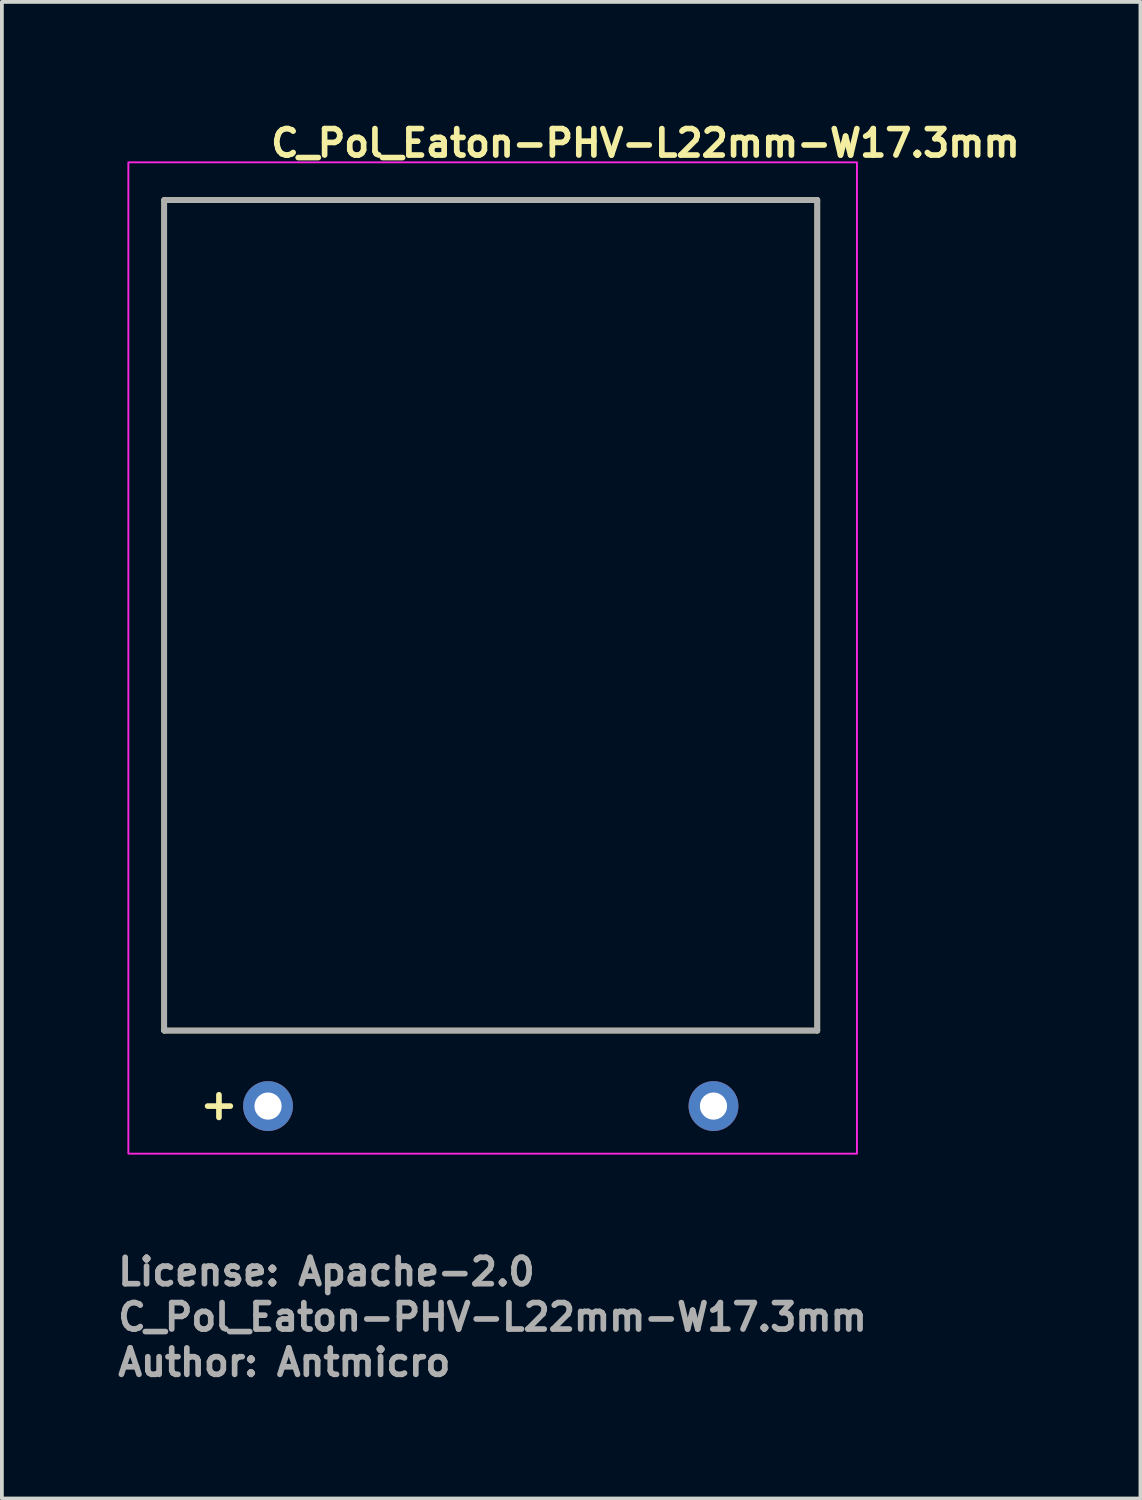
<source format=kicad_pcb>
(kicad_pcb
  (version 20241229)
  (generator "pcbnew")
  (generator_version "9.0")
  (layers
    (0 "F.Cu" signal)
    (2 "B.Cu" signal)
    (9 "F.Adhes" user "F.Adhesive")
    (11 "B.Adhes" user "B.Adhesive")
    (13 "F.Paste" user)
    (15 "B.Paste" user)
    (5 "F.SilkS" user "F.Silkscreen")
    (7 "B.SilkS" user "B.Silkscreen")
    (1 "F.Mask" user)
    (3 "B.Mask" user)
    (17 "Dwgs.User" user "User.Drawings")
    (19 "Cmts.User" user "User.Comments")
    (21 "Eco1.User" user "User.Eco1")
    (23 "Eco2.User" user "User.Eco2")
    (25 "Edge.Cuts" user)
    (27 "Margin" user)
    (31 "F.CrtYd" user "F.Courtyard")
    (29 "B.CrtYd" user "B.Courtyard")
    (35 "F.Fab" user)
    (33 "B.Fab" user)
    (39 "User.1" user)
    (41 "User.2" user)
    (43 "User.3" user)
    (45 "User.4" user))
  (footprint "C_Pol_Eaton-PHV-L22mm-W17.3mm"
    (layer "F.Cu")
    (at 4.05 26.25)
    (property "Reference" "C_Pol_Eaton-PHV-L22mm-W17.3mm" (at 0 -25.1 0) (layer "F.SilkS") (effects (font (size 0.7 0.7) (thickness 0.15)) (justify left bottom)))
    (attr through_hole)
    (fp_line (start -2.75 -24) (end -2.75 -2) (stroke (width 0.15) (type solid)) (layer "F.SilkS"))
    (fp_line (start -2.75 -2) (end 14.55 -2) (stroke (width 0.15) (type solid)) (layer "F.SilkS"))
    (fp_line (start -1.3 -0.3) (end -1.3 0.3) (stroke (width 0.15) (type solid)) (layer "F.SilkS"))
    (fp_line (start -1 0) (end -1.6 0) (stroke (width 0.15) (type solid)) (layer "F.SilkS"))
    (fp_line (start 14.55 -24) (end -2.75 -24) (stroke (width 0.15) (type solid)) (layer "F.SilkS"))
    (fp_line (start 14.55 -2) (end 14.55 -24) (stroke (width 0.15) (type solid)) (layer "F.SilkS"))
    (fp_rect (start -3.7 -25) (end 15.6 1.26) (stroke (width 0.05) (type solid)) (fill no) (layer "F.CrtYd"))
    (fp_line (start -2.75 -24) (end -2.75 -2) (stroke (width 0.15) (type solid)) (layer "F.Fab"))
    (fp_line (start -2.75 -2) (end 14.55 -2) (stroke (width 0.15) (type solid)) (layer "F.Fab"))
    (fp_line (start 14.55 -24) (end -2.75 -24) (stroke (width 0.15) (type solid)) (layer "F.Fab"))
    (fp_line (start 14.55 -2) (end 14.55 -24) (stroke (width 0.15) (type solid)) (layer "F.Fab"))
    (fp_rect (start -2.7 -24) (end 14.6 0.26) (stroke (width 0.1) (type solid)) (fill no) (layer "User.5"))
    (fp_line (start -2.7 -24) (end 14.6 -24) (stroke (width 0.02) (type solid)) (layer "User.9"))
    (fp_line (start -2.7 -2) (end -2.7 -24) (stroke (width 0.02) (type solid)) (layer "User.9"))
    (fp_line (start -2.7 -2) (end 14.6 -2) (stroke (width 0.02) (type solid)) (layer "User.9"))
    (fp_line (start -0.26 0) (end -0.26 0) (stroke (width 0.02) (type solid)) (layer "User.9"))
    (fp_line (start -0.26 0) (end -0.26 0) (stroke (width 0.02) (type solid)) (layer "User.9"))
    (fp_line (start -0.26 0) (end -0.259 0.013) (stroke (width 0.02) (type solid)) (layer "User.9"))
    (fp_line (start -0.26 0) (end -0.259 0.013) (stroke (width 0.02) (type solid)) (layer "User.9"))
    (fp_line (start -0.259 -0.013) (end -0.26 0) (stroke (width 0.02) (type solid)) (layer "User.9"))
    (fp_line (start -0.259 -0.013) (end -0.26 0) (stroke (width 0.02) (type solid)) (layer "User.9"))
    (fp_line (start -0.259 0.013) (end -0.258 0.026) (stroke (width 0.02) (type solid)) (layer "User.9"))
    (fp_line (start -0.259 0.013) (end -0.258 0.026) (stroke (width 0.02) (type solid)) (layer "User.9"))
    (fp_line (start -0.258 -0.026) (end -0.259 -0.013) (stroke (width 0.02) (type solid)) (layer "User.9"))
    (fp_line (start -0.258 -0.026) (end -0.259 -0.013) (stroke (width 0.02) (type solid)) (layer "User.9"))
    (fp_line (start -0.258 0.026) (end -0.257 0.039) (stroke (width 0.02) (type solid)) (layer "User.9"))
    (fp_line (start -0.258 0.026) (end -0.257 0.039) (stroke (width 0.02) (type solid)) (layer "User.9"))
    (fp_line (start -0.257 -0.039) (end -0.258 -0.026) (stroke (width 0.02) (type solid)) (layer "User.9"))
    (fp_line (start -0.257 -0.039) (end -0.258 -0.026) (stroke (width 0.02) (type solid)) (layer "User.9"))
    (fp_line (start -0.257 0.039) (end -0.254 0.052) (stroke (width 0.02) (type solid)) (layer "User.9"))
    (fp_line (start -0.257 0.039) (end -0.254 0.052) (stroke (width 0.02) (type solid)) (layer "User.9"))
    (fp_line (start -0.254 -0.052) (end -0.257 -0.039) (stroke (width 0.02) (type solid)) (layer "User.9"))
    (fp_line (start -0.254 -0.052) (end -0.257 -0.039) (stroke (width 0.02) (type solid)) (layer "User.9"))
    (fp_line (start -0.254 0.052) (end -0.251 0.064) (stroke (width 0.02) (type solid)) (layer "User.9"))
    (fp_line (start -0.254 0.052) (end -0.251 0.064) (stroke (width 0.02) (type solid)) (layer "User.9"))
    (fp_line (start -0.251 -0.064) (end -0.254 -0.052) (stroke (width 0.02) (type solid)) (layer "User.9"))
    (fp_line (start -0.251 -0.064) (end -0.254 -0.052) (stroke (width 0.02) (type solid)) (layer "User.9"))
    (fp_line (start -0.251 0.064) (end -0.248 0.077) (stroke (width 0.02) (type solid)) (layer "User.9"))
    (fp_line (start -0.251 0.064) (end -0.248 0.077) (stroke (width 0.02) (type solid)) (layer "User.9"))
    (fp_line (start -0.248 -0.077) (end -0.251 -0.064) (stroke (width 0.02) (type solid)) (layer "User.9"))
    (fp_line (start -0.248 -0.077) (end -0.251 -0.064) (stroke (width 0.02) (type solid)) (layer "User.9"))
    (fp_line (start -0.248 0.077) (end -0.244 0.089) (stroke (width 0.02) (type solid)) (layer "User.9"))
    (fp_line (start -0.248 0.077) (end -0.244 0.089) (stroke (width 0.02) (type solid)) (layer "User.9"))
    (fp_line (start -0.244 -0.089) (end -0.248 -0.077) (stroke (width 0.02) (type solid)) (layer "User.9"))
    (fp_line (start -0.244 -0.089) (end -0.248 -0.077) (stroke (width 0.02) (type solid)) (layer "User.9"))
    (fp_line (start -0.244 0.089) (end -0.238 0.101) (stroke (width 0.02) (type solid)) (layer "User.9"))
    (fp_line (start -0.244 0.089) (end -0.238 0.101) (stroke (width 0.02) (type solid)) (layer "User.9"))
    (fp_line (start -0.238 -0.101) (end -0.244 -0.089) (stroke (width 0.02) (type solid)) (layer "User.9"))
    (fp_line (start -0.238 -0.101) (end -0.244 -0.089) (stroke (width 0.02) (type solid)) (layer "User.9"))
    (fp_line (start -0.238 0.101) (end -0.234 0.112) (stroke (width 0.02) (type solid)) (layer "User.9"))
    (fp_line (start -0.238 0.101) (end -0.234 0.112) (stroke (width 0.02) (type solid)) (layer "User.9"))
    (fp_line (start -0.234 -0.112) (end -0.238 -0.101) (stroke (width 0.02) (type solid)) (layer "User.9"))
    (fp_line (start -0.234 -0.112) (end -0.238 -0.101) (stroke (width 0.02) (type solid)) (layer "User.9"))
    (fp_line (start -0.234 0.112) (end -0.228 0.123) (stroke (width 0.02) (type solid)) (layer "User.9"))
    (fp_line (start -0.234 0.112) (end -0.228 0.123) (stroke (width 0.02) (type solid)) (layer "User.9"))
    (fp_line (start -0.228 -0.123) (end -0.234 -0.112) (stroke (width 0.02) (type solid)) (layer "User.9"))
    (fp_line (start -0.228 -0.123) (end -0.234 -0.112) (stroke (width 0.02) (type solid)) (layer "User.9"))
    (fp_line (start -0.228 0.123) (end -0.222 0.134) (stroke (width 0.02) (type solid)) (layer "User.9"))
    (fp_line (start -0.228 0.123) (end -0.222 0.134) (stroke (width 0.02) (type solid)) (layer "User.9"))
    (fp_line (start -0.222 -0.134) (end -0.228 -0.123) (stroke (width 0.02) (type solid)) (layer "User.9"))
    (fp_line (start -0.222 -0.134) (end -0.228 -0.123) (stroke (width 0.02) (type solid)) (layer "User.9"))
    (fp_line (start -0.222 0.134) (end -0.215 0.145) (stroke (width 0.02) (type solid)) (layer "User.9"))
    (fp_line (start -0.222 0.134) (end -0.215 0.145) (stroke (width 0.02) (type solid)) (layer "User.9"))
    (fp_line (start -0.215 -0.145) (end -0.222 -0.134) (stroke (width 0.02) (type solid)) (layer "User.9"))
    (fp_line (start -0.215 -0.145) (end -0.222 -0.134) (stroke (width 0.02) (type solid)) (layer "User.9"))
    (fp_line (start -0.215 0.145) (end -0.208 0.155) (stroke (width 0.02) (type solid)) (layer "User.9"))
    (fp_line (start -0.215 0.145) (end -0.208 0.155) (stroke (width 0.02) (type solid)) (layer "User.9"))
    (fp_line (start -0.208 -0.155) (end -0.215 -0.145) (stroke (width 0.02) (type solid)) (layer "User.9"))
    (fp_line (start -0.208 -0.155) (end -0.215 -0.145) (stroke (width 0.02) (type solid)) (layer "User.9"))
    (fp_line (start -0.208 0.155) (end -0.2 0.165) (stroke (width 0.02) (type solid)) (layer "User.9"))
    (fp_line (start -0.208 0.155) (end -0.2 0.165) (stroke (width 0.02) (type solid)) (layer "User.9"))
    (fp_line (start -0.2 -0.165) (end -0.208 -0.155) (stroke (width 0.02) (type solid)) (layer "User.9"))
    (fp_line (start -0.2 -0.165) (end -0.208 -0.155) (stroke (width 0.02) (type solid)) (layer "User.9"))
    (fp_line (start -0.2 0.165) (end -0.192 0.173) (stroke (width 0.02) (type solid)) (layer "User.9"))
    (fp_line (start -0.2 0.165) (end -0.192 0.173) (stroke (width 0.02) (type solid)) (layer "User.9"))
    (fp_line (start -0.192 -0.173) (end -0.2 -0.165) (stroke (width 0.02) (type solid)) (layer "User.9"))
    (fp_line (start -0.192 -0.173) (end -0.2 -0.165) (stroke (width 0.02) (type solid)) (layer "User.9"))
    (fp_line (start -0.192 0.173) (end -0.183 0.183) (stroke (width 0.02) (type solid)) (layer "User.9"))
    (fp_line (start -0.192 0.173) (end -0.183 0.183) (stroke (width 0.02) (type solid)) (layer "User.9"))
    (fp_line (start -0.183 -0.183) (end -0.192 -0.173) (stroke (width 0.02) (type solid)) (layer "User.9"))
    (fp_line (start -0.183 -0.183) (end -0.192 -0.173) (stroke (width 0.02) (type solid)) (layer "User.9"))
    (fp_line (start -0.183 0.183) (end -0.173 0.192) (stroke (width 0.02) (type solid)) (layer "User.9"))
    (fp_line (start -0.183 0.183) (end -0.173 0.192) (stroke (width 0.02) (type solid)) (layer "User.9"))
    (fp_line (start -0.173 -0.192) (end -0.183 -0.183) (stroke (width 0.02) (type solid)) (layer "User.9"))
    (fp_line (start -0.173 -0.192) (end -0.183 -0.183) (stroke (width 0.02) (type solid)) (layer "User.9"))
    (fp_line (start -0.173 0.192) (end -0.165 0.2) (stroke (width 0.02) (type solid)) (layer "User.9"))
    (fp_line (start -0.173 0.192) (end -0.165 0.2) (stroke (width 0.02) (type solid)) (layer "User.9"))
    (fp_line (start -0.165 -0.2) (end -0.173 -0.192) (stroke (width 0.02) (type solid)) (layer "User.9"))
    (fp_line (start -0.165 -0.2) (end -0.173 -0.192) (stroke (width 0.02) (type solid)) (layer "User.9"))
    (fp_line (start -0.165 0.2) (end -0.155 0.208) (stroke (width 0.02) (type solid)) (layer "User.9"))
    (fp_line (start -0.165 0.2) (end -0.155 0.208) (stroke (width 0.02) (type solid)) (layer "User.9"))
    (fp_line (start -0.155 -0.208) (end -0.165 -0.2) (stroke (width 0.02) (type solid)) (layer "User.9"))
    (fp_line (start -0.155 -0.208) (end -0.165 -0.2) (stroke (width 0.02) (type solid)) (layer "User.9"))
    (fp_line (start -0.155 0.208) (end -0.145 0.215) (stroke (width 0.02) (type solid)) (layer "User.9"))
    (fp_line (start -0.155 0.208) (end -0.145 0.215) (stroke (width 0.02) (type solid)) (layer "User.9"))
    (fp_line (start -0.145 -0.215) (end -0.155 -0.208) (stroke (width 0.02) (type solid)) (layer "User.9"))
    (fp_line (start -0.145 -0.215) (end -0.155 -0.208) (stroke (width 0.02) (type solid)) (layer "User.9"))
    (fp_line (start -0.145 0.215) (end -0.134 0.222) (stroke (width 0.02) (type solid)) (layer "User.9"))
    (fp_line (start -0.145 0.215) (end -0.134 0.222) (stroke (width 0.02) (type solid)) (layer "User.9"))
    (fp_line (start -0.134 -0.222) (end -0.145 -0.215) (stroke (width 0.02) (type solid)) (layer "User.9"))
    (fp_line (start -0.134 -0.222) (end -0.145 -0.215) (stroke (width 0.02) (type solid)) (layer "User.9"))
    (fp_line (start -0.134 0.222) (end -0.123 0.228) (stroke (width 0.02) (type solid)) (layer "User.9"))
    (fp_line (start -0.134 0.222) (end -0.123 0.228) (stroke (width 0.02) (type solid)) (layer "User.9"))
    (fp_line (start -0.123 -0.228) (end -0.134 -0.222) (stroke (width 0.02) (type solid)) (layer "User.9"))
    (fp_line (start -0.123 -0.228) (end -0.134 -0.222) (stroke (width 0.02) (type solid)) (layer "User.9"))
    (fp_line (start -0.123 0.228) (end -0.112 0.234) (stroke (width 0.02) (type solid)) (layer "User.9"))
    (fp_line (start -0.123 0.228) (end -0.112 0.234) (stroke (width 0.02) (type solid)) (layer "User.9"))
    (fp_line (start -0.112 -0.234) (end -0.123 -0.228) (stroke (width 0.02) (type solid)) (layer "User.9"))
    (fp_line (start -0.112 -0.234) (end -0.123 -0.228) (stroke (width 0.02) (type solid)) (layer "User.9"))
    (fp_line (start -0.112 0.234) (end -0.101 0.238) (stroke (width 0.02) (type solid)) (layer "User.9"))
    (fp_line (start -0.112 0.234) (end -0.101 0.238) (stroke (width 0.02) (type solid)) (layer "User.9"))
    (fp_line (start -0.101 -0.238) (end -0.112 -0.234) (stroke (width 0.02) (type solid)) (layer "User.9"))
    (fp_line (start -0.101 -0.238) (end -0.112 -0.234) (stroke (width 0.02) (type solid)) (layer "User.9"))
    (fp_line (start -0.101 0.238) (end -0.089 0.244) (stroke (width 0.02) (type solid)) (layer "User.9"))
    (fp_line (start -0.101 0.238) (end -0.089 0.244) (stroke (width 0.02) (type solid)) (layer "User.9"))
    (fp_line (start -0.089 -0.244) (end -0.101 -0.238) (stroke (width 0.02) (type solid)) (layer "User.9"))
    (fp_line (start -0.089 -0.244) (end -0.101 -0.238) (stroke (width 0.02) (type solid)) (layer "User.9"))
    (fp_line (start -0.089 0.244) (end -0.077 0.248) (stroke (width 0.02) (type solid)) (layer "User.9"))
    (fp_line (start -0.089 0.244) (end -0.077 0.248) (stroke (width 0.02) (type solid)) (layer "User.9"))
    (fp_line (start -0.077 -0.248) (end -0.089 -0.244) (stroke (width 0.02) (type solid)) (layer "User.9"))
    (fp_line (start -0.077 -0.248) (end -0.089 -0.244) (stroke (width 0.02) (type solid)) (layer "User.9"))
    (fp_line (start -0.077 0.248) (end -0.064 0.251) (stroke (width 0.02) (type solid)) (layer "User.9"))
    (fp_line (start -0.077 0.248) (end -0.064 0.251) (stroke (width 0.02) (type solid)) (layer "User.9"))
    (fp_line (start -0.064 -0.251) (end -0.077 -0.248) (stroke (width 0.02) (type solid)) (layer "User.9"))
    (fp_line (start -0.064 -0.251) (end -0.077 -0.248) (stroke (width 0.02) (type solid)) (layer "User.9"))
    (fp_line (start -0.064 0.251) (end -0.052 0.254) (stroke (width 0.02) (type solid)) (layer "User.9"))
    (fp_line (start -0.064 0.251) (end -0.052 0.254) (stroke (width 0.02) (type solid)) (layer "User.9"))
    (fp_line (start -0.052 -0.254) (end -0.064 -0.251) (stroke (width 0.02) (type solid)) (layer "User.9"))
    (fp_line (start -0.052 -0.254) (end -0.064 -0.251) (stroke (width 0.02) (type solid)) (layer "User.9"))
    (fp_line (start -0.052 0.254) (end -0.039 0.257) (stroke (width 0.02) (type solid)) (layer "User.9"))
    (fp_line (start -0.052 0.254) (end -0.039 0.257) (stroke (width 0.02) (type solid)) (layer "User.9"))
    (fp_line (start -0.039 -0.257) (end -0.052 -0.254) (stroke (width 0.02) (type solid)) (layer "User.9"))
    (fp_line (start -0.039 -0.257) (end -0.052 -0.254) (stroke (width 0.02) (type solid)) (layer "User.9"))
    (fp_line (start -0.039 0.257) (end -0.026 0.258) (stroke (width 0.02) (type solid)) (layer "User.9"))
    (fp_line (start -0.039 0.257) (end -0.026 0.258) (stroke (width 0.02) (type solid)) (layer "User.9"))
    (fp_line (start -0.026 -0.258) (end -0.039 -0.257) (stroke (width 0.02) (type solid)) (layer "User.9"))
    (fp_line (start -0.026 -0.258) (end -0.039 -0.257) (stroke (width 0.02) (type solid)) (layer "User.9"))
    (fp_line (start -0.026 0.258) (end -0.013 0.259) (stroke (width 0.02) (type solid)) (layer "User.9"))
    (fp_line (start -0.026 0.258) (end -0.013 0.259) (stroke (width 0.02) (type solid)) (layer "User.9"))
    (fp_line (start -0.013 -0.259) (end -0.026 -0.258) (stroke (width 0.02) (type solid)) (layer "User.9"))
    (fp_line (start -0.013 -0.259) (end -0.026 -0.258) (stroke (width 0.02) (type solid)) (layer "User.9"))
    (fp_line (start -0.013 0.259) (end 0 0.26) (stroke (width 0.02) (type solid)) (layer "User.9"))
    (fp_line (start -0.013 0.259) (end 0 0.26) (stroke (width 0.02) (type solid)) (layer "User.9"))
    (fp_line (start 0 -0.26) (end -0.013 -0.259) (stroke (width 0.02) (type solid)) (layer "User.9"))
    (fp_line (start 0 -0.26) (end -0.013 -0.259) (stroke (width 0.02) (type solid)) (layer "User.9"))
    (fp_line (start 0 -0.26) (end 0 -0.26) (stroke (width 0.02) (type solid)) (layer "User.9"))
    (fp_line (start 0 -0.26) (end 0 -0.26) (stroke (width 0.02) (type solid)) (layer "User.9"))
    (fp_line (start 0 0.26) (end 0 0.26) (stroke (width 0.02) (type solid)) (layer "User.9"))
    (fp_line (start 0 0.26) (end 0 0.26) (stroke (width 0.02) (type solid)) (layer "User.9"))
    (fp_line (start 0 0.26) (end 0.013 0.259) (stroke (width 0.02) (type solid)) (layer "User.9"))
    (fp_line (start 0 0.26) (end 0.013 0.259) (stroke (width 0.02) (type solid)) (layer "User.9"))
    (fp_line (start 0.013 -0.259) (end 0 -0.26) (stroke (width 0.02) (type solid)) (layer "User.9"))
    (fp_line (start 0.013 -0.259) (end 0 -0.26) (stroke (width 0.02) (type solid)) (layer "User.9"))
    (fp_line (start 0.013 0.259) (end 0.026 0.258) (stroke (width 0.02) (type solid)) (layer "User.9"))
    (fp_line (start 0.013 0.259) (end 0.026 0.258) (stroke (width 0.02) (type solid)) (layer "User.9"))
    (fp_line (start 0.026 -0.258) (end 0.013 -0.259) (stroke (width 0.02) (type solid)) (layer "User.9"))
    (fp_line (start 0.026 -0.258) (end 0.013 -0.259) (stroke (width 0.02) (type solid)) (layer "User.9"))
    (fp_line (start 0.026 0.258) (end 0.039 0.257) (stroke (width 0.02) (type solid)) (layer "User.9"))
    (fp_line (start 0.026 0.258) (end 0.039 0.257) (stroke (width 0.02) (type solid)) (layer "User.9"))
    (fp_line (start 0.039 -0.257) (end 0.026 -0.258) (stroke (width 0.02) (type solid)) (layer "User.9"))
    (fp_line (start 0.039 -0.257) (end 0.026 -0.258) (stroke (width 0.02) (type solid)) (layer "User.9"))
    (fp_line (start 0.039 0.257) (end 0.052 0.254) (stroke (width 0.02) (type solid)) (layer "User.9"))
    (fp_line (start 0.039 0.257) (end 0.052 0.254) (stroke (width 0.02) (type solid)) (layer "User.9"))
    (fp_line (start 0.052 -0.254) (end 0.039 -0.257) (stroke (width 0.02) (type solid)) (layer "User.9"))
    (fp_line (start 0.052 -0.254) (end 0.039 -0.257) (stroke (width 0.02) (type solid)) (layer "User.9"))
    (fp_line (start 0.052 0.254) (end 0.064 0.251) (stroke (width 0.02) (type solid)) (layer "User.9"))
    (fp_line (start 0.052 0.254) (end 0.064 0.251) (stroke (width 0.02) (type solid)) (layer "User.9"))
    (fp_line (start 0.064 -0.251) (end 0.052 -0.254) (stroke (width 0.02) (type solid)) (layer "User.9"))
    (fp_line (start 0.064 -0.251) (end 0.052 -0.254) (stroke (width 0.02) (type solid)) (layer "User.9"))
    (fp_line (start 0.064 0.251) (end 0.077 0.248) (stroke (width 0.02) (type solid)) (layer "User.9"))
    (fp_line (start 0.064 0.251) (end 0.077 0.248) (stroke (width 0.02) (type solid)) (layer "User.9"))
    (fp_line (start 0.077 -0.248) (end 0.064 -0.251) (stroke (width 0.02) (type solid)) (layer "User.9"))
    (fp_line (start 0.077 -0.248) (end 0.064 -0.251) (stroke (width 0.02) (type solid)) (layer "User.9"))
    (fp_line (start 0.077 0.248) (end 0.089 0.244) (stroke (width 0.02) (type solid)) (layer "User.9"))
    (fp_line (start 0.077 0.248) (end 0.089 0.244) (stroke (width 0.02) (type solid)) (layer "User.9"))
    (fp_line (start 0.089 -0.244) (end 0.077 -0.248) (stroke (width 0.02) (type solid)) (layer "User.9"))
    (fp_line (start 0.089 -0.244) (end 0.077 -0.248) (stroke (width 0.02) (type solid)) (layer "User.9"))
    (fp_line (start 0.089 0.244) (end 0.101 0.238) (stroke (width 0.02) (type solid)) (layer "User.9"))
    (fp_line (start 0.089 0.244) (end 0.101 0.238) (stroke (width 0.02) (type solid)) (layer "User.9"))
    (fp_line (start 0.101 -0.238) (end 0.089 -0.244) (stroke (width 0.02) (type solid)) (layer "User.9"))
    (fp_line (start 0.101 -0.238) (end 0.089 -0.244) (stroke (width 0.02) (type solid)) (layer "User.9"))
    (fp_line (start 0.101 0.238) (end 0.112 0.234) (stroke (width 0.02) (type solid)) (layer "User.9"))
    (fp_line (start 0.101 0.238) (end 0.112 0.234) (stroke (width 0.02) (type solid)) (layer "User.9"))
    (fp_line (start 0.112 -0.234) (end 0.101 -0.238) (stroke (width 0.02) (type solid)) (layer "User.9"))
    (fp_line (start 0.112 -0.234) (end 0.101 -0.238) (stroke (width 0.02) (type solid)) (layer "User.9"))
    (fp_line (start 0.112 0.234) (end 0.123 0.228) (stroke (width 0.02) (type solid)) (layer "User.9"))
    (fp_line (start 0.112 0.234) (end 0.123 0.228) (stroke (width 0.02) (type solid)) (layer "User.9"))
    (fp_line (start 0.123 -0.228) (end 0.112 -0.234) (stroke (width 0.02) (type solid)) (layer "User.9"))
    (fp_line (start 0.123 -0.228) (end 0.112 -0.234) (stroke (width 0.02) (type solid)) (layer "User.9"))
    (fp_line (start 0.123 0.228) (end 0.134 0.222) (stroke (width 0.02) (type solid)) (layer "User.9"))
    (fp_line (start 0.123 0.228) (end 0.134 0.222) (stroke (width 0.02) (type solid)) (layer "User.9"))
    (fp_line (start 0.134 -0.222) (end 0.123 -0.228) (stroke (width 0.02) (type solid)) (layer "User.9"))
    (fp_line (start 0.134 -0.222) (end 0.123 -0.228) (stroke (width 0.02) (type solid)) (layer "User.9"))
    (fp_line (start 0.134 0.222) (end 0.145 0.215) (stroke (width 0.02) (type solid)) (layer "User.9"))
    (fp_line (start 0.134 0.222) (end 0.145 0.215) (stroke (width 0.02) (type solid)) (layer "User.9"))
    (fp_line (start 0.145 -0.215) (end 0.134 -0.222) (stroke (width 0.02) (type solid)) (layer "User.9"))
    (fp_line (start 0.145 -0.215) (end 0.134 -0.222) (stroke (width 0.02) (type solid)) (layer "User.9"))
    (fp_line (start 0.145 0.215) (end 0.155 0.208) (stroke (width 0.02) (type solid)) (layer "User.9"))
    (fp_line (start 0.145 0.215) (end 0.155 0.208) (stroke (width 0.02) (type solid)) (layer "User.9"))
    (fp_line (start 0.155 -0.208) (end 0.145 -0.215) (stroke (width 0.02) (type solid)) (layer "User.9"))
    (fp_line (start 0.155 -0.208) (end 0.145 -0.215) (stroke (width 0.02) (type solid)) (layer "User.9"))
    (fp_line (start 0.155 0.208) (end 0.165 0.2) (stroke (width 0.02) (type solid)) (layer "User.9"))
    (fp_line (start 0.155 0.208) (end 0.165 0.2) (stroke (width 0.02) (type solid)) (layer "User.9"))
    (fp_line (start 0.165 -0.2) (end 0.155 -0.208) (stroke (width 0.02) (type solid)) (layer "User.9"))
    (fp_line (start 0.165 -0.2) (end 0.155 -0.208) (stroke (width 0.02) (type solid)) (layer "User.9"))
    (fp_line (start 0.165 0.2) (end 0.173 0.192) (stroke (width 0.02) (type solid)) (layer "User.9"))
    (fp_line (start 0.165 0.2) (end 0.173 0.192) (stroke (width 0.02) (type solid)) (layer "User.9"))
    (fp_line (start 0.173 -0.192) (end 0.165 -0.2) (stroke (width 0.02) (type solid)) (layer "User.9"))
    (fp_line (start 0.173 -0.192) (end 0.165 -0.2) (stroke (width 0.02) (type solid)) (layer "User.9"))
    (fp_line (start 0.173 0.192) (end 0.183 0.183) (stroke (width 0.02) (type solid)) (layer "User.9"))
    (fp_line (start 0.173 0.192) (end 0.183 0.183) (stroke (width 0.02) (type solid)) (layer "User.9"))
    (fp_line (start 0.183 -0.183) (end 0.173 -0.192) (stroke (width 0.02) (type solid)) (layer "User.9"))
    (fp_line (start 0.183 -0.183) (end 0.173 -0.192) (stroke (width 0.02) (type solid)) (layer "User.9"))
    (fp_line (start 0.183 0.183) (end 0.192 0.173) (stroke (width 0.02) (type solid)) (layer "User.9"))
    (fp_line (start 0.183 0.183) (end 0.192 0.173) (stroke (width 0.02) (type solid)) (layer "User.9"))
    (fp_line (start 0.192 -0.173) (end 0.183 -0.183) (stroke (width 0.02) (type solid)) (layer "User.9"))
    (fp_line (start 0.192 -0.173) (end 0.183 -0.183) (stroke (width 0.02) (type solid)) (layer "User.9"))
    (fp_line (start 0.192 0.173) (end 0.2 0.165) (stroke (width 0.02) (type solid)) (layer "User.9"))
    (fp_line (start 0.192 0.173) (end 0.2 0.165) (stroke (width 0.02) (type solid)) (layer "User.9"))
    (fp_line (start 0.2 -0.165) (end 0.192 -0.173) (stroke (width 0.02) (type solid)) (layer "User.9"))
    (fp_line (start 0.2 -0.165) (end 0.192 -0.173) (stroke (width 0.02) (type solid)) (layer "User.9"))
    (fp_line (start 0.2 0.165) (end 0.208 0.155) (stroke (width 0.02) (type solid)) (layer "User.9"))
    (fp_line (start 0.2 0.165) (end 0.208 0.155) (stroke (width 0.02) (type solid)) (layer "User.9"))
    (fp_line (start 0.208 -0.155) (end 0.2 -0.165) (stroke (width 0.02) (type solid)) (layer "User.9"))
    (fp_line (start 0.208 -0.155) (end 0.2 -0.165) (stroke (width 0.02) (type solid)) (layer "User.9"))
    (fp_line (start 0.208 0.155) (end 0.215 0.145) (stroke (width 0.02) (type solid)) (layer "User.9"))
    (fp_line (start 0.208 0.155) (end 0.215 0.145) (stroke (width 0.02) (type solid)) (layer "User.9"))
    (fp_line (start 0.215 -0.145) (end 0.208 -0.155) (stroke (width 0.02) (type solid)) (layer "User.9"))
    (fp_line (start 0.215 -0.145) (end 0.208 -0.155) (stroke (width 0.02) (type solid)) (layer "User.9"))
    (fp_line (start 0.215 0.145) (end 0.222 0.134) (stroke (width 0.02) (type solid)) (layer "User.9"))
    (fp_line (start 0.215 0.145) (end 0.222 0.134) (stroke (width 0.02) (type solid)) (layer "User.9"))
    (fp_line (start 0.222 -0.134) (end 0.215 -0.145) (stroke (width 0.02) (type solid)) (layer "User.9"))
    (fp_line (start 0.222 -0.134) (end 0.215 -0.145) (stroke (width 0.02) (type solid)) (layer "User.9"))
    (fp_line (start 0.222 0.134) (end 0.228 0.123) (stroke (width 0.02) (type solid)) (layer "User.9"))
    (fp_line (start 0.222 0.134) (end 0.228 0.123) (stroke (width 0.02) (type solid)) (layer "User.9"))
    (fp_line (start 0.228 -0.123) (end 0.222 -0.134) (stroke (width 0.02) (type solid)) (layer "User.9"))
    (fp_line (start 0.228 -0.123) (end 0.222 -0.134) (stroke (width 0.02) (type solid)) (layer "User.9"))
    (fp_line (start 0.228 0.123) (end 0.234 0.112) (stroke (width 0.02) (type solid)) (layer "User.9"))
    (fp_line (start 0.228 0.123) (end 0.234 0.112) (stroke (width 0.02) (type solid)) (layer "User.9"))
    (fp_line (start 0.234 -0.112) (end 0.228 -0.123) (stroke (width 0.02) (type solid)) (layer "User.9"))
    (fp_line (start 0.234 -0.112) (end 0.228 -0.123) (stroke (width 0.02) (type solid)) (layer "User.9"))
    (fp_line (start 0.234 0.112) (end 0.238 0.101) (stroke (width 0.02) (type solid)) (layer "User.9"))
    (fp_line (start 0.234 0.112) (end 0.238 0.101) (stroke (width 0.02) (type solid)) (layer "User.9"))
    (fp_line (start 0.238 -0.101) (end 0.234 -0.112) (stroke (width 0.02) (type solid)) (layer "User.9"))
    (fp_line (start 0.238 -0.101) (end 0.234 -0.112) (stroke (width 0.02) (type solid)) (layer "User.9"))
    (fp_line (start 0.238 0.101) (end 0.244 0.089) (stroke (width 0.02) (type solid)) (layer "User.9"))
    (fp_line (start 0.238 0.101) (end 0.244 0.089) (stroke (width 0.02) (type solid)) (layer "User.9"))
    (fp_line (start 0.244 -0.089) (end 0.238 -0.101) (stroke (width 0.02) (type solid)) (layer "User.9"))
    (fp_line (start 0.244 -0.089) (end 0.238 -0.101) (stroke (width 0.02) (type solid)) (layer "User.9"))
    (fp_line (start 0.244 0.089) (end 0.248 0.077) (stroke (width 0.02) (type solid)) (layer "User.9"))
    (fp_line (start 0.244 0.089) (end 0.248 0.077) (stroke (width 0.02) (type solid)) (layer "User.9"))
    (fp_line (start 0.248 -0.077) (end 0.244 -0.089) (stroke (width 0.02) (type solid)) (layer "User.9"))
    (fp_line (start 0.248 -0.077) (end 0.244 -0.089) (stroke (width 0.02) (type solid)) (layer "User.9"))
    (fp_line (start 0.248 0.077) (end 0.251 0.064) (stroke (width 0.02) (type solid)) (layer "User.9"))
    (fp_line (start 0.248 0.077) (end 0.251 0.064) (stroke (width 0.02) (type solid)) (layer "User.9"))
    (fp_line (start 0.251 -0.064) (end 0.248 -0.077) (stroke (width 0.02) (type solid)) (layer "User.9"))
    (fp_line (start 0.251 -0.064) (end 0.248 -0.077) (stroke (width 0.02) (type solid)) (layer "User.9"))
    (fp_line (start 0.251 0.064) (end 0.254 0.052) (stroke (width 0.02) (type solid)) (layer "User.9"))
    (fp_line (start 0.251 0.064) (end 0.254 0.052) (stroke (width 0.02) (type solid)) (layer "User.9"))
    (fp_line (start 0.254 -0.052) (end 0.251 -0.064) (stroke (width 0.02) (type solid)) (layer "User.9"))
    (fp_line (start 0.254 -0.052) (end 0.251 -0.064) (stroke (width 0.02) (type solid)) (layer "User.9"))
    (fp_line (start 0.254 0.052) (end 0.257 0.039) (stroke (width 0.02) (type solid)) (layer "User.9"))
    (fp_line (start 0.254 0.052) (end 0.257 0.039) (stroke (width 0.02) (type solid)) (layer "User.9"))
    (fp_line (start 0.257 -0.039) (end 0.254 -0.052) (stroke (width 0.02) (type solid)) (layer "User.9"))
    (fp_line (start 0.257 -0.039) (end 0.254 -0.052) (stroke (width 0.02) (type solid)) (layer "User.9"))
    (fp_line (start 0.257 0.039) (end 0.258 0.026) (stroke (width 0.02) (type solid)) (layer "User.9"))
    (fp_line (start 0.257 0.039) (end 0.258 0.026) (stroke (width 0.02) (type solid)) (layer "User.9"))
    (fp_line (start 0.258 -0.026) (end 0.257 -0.039) (stroke (width 0.02) (type solid)) (layer "User.9"))
    (fp_line (start 0.258 -0.026) (end 0.257 -0.039) (stroke (width 0.02) (type solid)) (layer "User.9"))
    (fp_line (start 0.258 0.026) (end 0.259 0.013) (stroke (width 0.02) (type solid)) (layer "User.9"))
    (fp_line (start 0.258 0.026) (end 0.259 0.013) (stroke (width 0.02) (type solid)) (layer "User.9"))
    (fp_line (start 0.259 -0.013) (end 0.258 -0.026) (stroke (width 0.02) (type solid)) (layer "User.9"))
    (fp_line (start 0.259 -0.013) (end 0.258 -0.026) (stroke (width 0.02) (type solid)) (layer "User.9"))
    (fp_line (start 0.259 0.013) (end 0.26 0) (stroke (width 0.02) (type solid)) (layer "User.9"))
    (fp_line (start 0.259 0.013) (end 0.26 0) (stroke (width 0.02) (type solid)) (layer "User.9"))
    (fp_line (start 0.26 0) (end 0.259 -0.013) (stroke (width 0.02) (type solid)) (layer "User.9"))
    (fp_line (start 0.26 0) (end 0.259 -0.013) (stroke (width 0.02) (type solid)) (layer "User.9"))
    (fp_line (start 0.26 0) (end 0.26 0) (stroke (width 0.02) (type solid)) (layer "User.9"))
    (fp_line (start 0.26 0) (end 0.26 0) (stroke (width 0.02) (type solid)) (layer "User.9"))
    (fp_line (start 0.26 0) (end 0.26 0) (stroke (width 0.02) (type solid)) (layer "User.9"))
    (fp_line (start 0.26 0) (end 0.26 0) (stroke (width 0.02) (type solid)) (layer "User.9"))
    (fp_line (start 11.539 -0.013) (end 11.539 0) (stroke (width 0.02) (type solid)) (layer "User.9"))
    (fp_line (start 11.539 -0.013) (end 11.539 0) (stroke (width 0.02) (type solid)) (layer "User.9"))
    (fp_line (start 11.539 0) (end 11.539 0) (stroke (width 0.02) (type solid)) (layer "User.9"))
    (fp_line (start 11.539 0) (end 11.539 0) (stroke (width 0.02) (type solid)) (layer "User.9"))
    (fp_line (start 11.539 0) (end 11.539 0.013) (stroke (width 0.02) (type solid)) (layer "User.9"))
    (fp_line (start 11.539 0) (end 11.539 0.013) (stroke (width 0.02) (type solid)) (layer "User.9"))
    (fp_line (start 11.539 0.013) (end 11.541 0.026) (stroke (width 0.02) (type solid)) (layer "User.9"))
    (fp_line (start 11.539 0.013) (end 11.541 0.026) (stroke (width 0.02) (type solid)) (layer "User.9"))
    (fp_line (start 11.541 -0.026) (end 11.539 -0.013) (stroke (width 0.02) (type solid)) (layer "User.9"))
    (fp_line (start 11.541 -0.026) (end 11.539 -0.013) (stroke (width 0.02) (type solid)) (layer "User.9"))
    (fp_line (start 11.541 0.026) (end 11.542 0.039) (stroke (width 0.02) (type solid)) (layer "User.9"))
    (fp_line (start 11.541 0.026) (end 11.542 0.039) (stroke (width 0.02) (type solid)) (layer "User.9"))
    (fp_line (start 11.542 -0.039) (end 11.541 -0.026) (stroke (width 0.02) (type solid)) (layer "User.9"))
    (fp_line (start 11.542 -0.039) (end 11.541 -0.026) (stroke (width 0.02) (type solid)) (layer "User.9"))
    (fp_line (start 11.542 0.039) (end 11.545 0.052) (stroke (width 0.02) (type solid)) (layer "User.9"))
    (fp_line (start 11.542 0.039) (end 11.545 0.052) (stroke (width 0.02) (type solid)) (layer "User.9"))
    (fp_line (start 11.545 -0.052) (end 11.542 -0.039) (stroke (width 0.02) (type solid)) (layer "User.9"))
    (fp_line (start 11.545 -0.052) (end 11.542 -0.039) (stroke (width 0.02) (type solid)) (layer "User.9"))
    (fp_line (start 11.545 0.052) (end 11.548 0.064) (stroke (width 0.02) (type solid)) (layer "User.9"))
    (fp_line (start 11.545 0.052) (end 11.548 0.064) (stroke (width 0.02) (type solid)) (layer "User.9"))
    (fp_line (start 11.548 -0.064) (end 11.545 -0.052) (stroke (width 0.02) (type solid)) (layer "User.9"))
    (fp_line (start 11.548 -0.064) (end 11.545 -0.052) (stroke (width 0.02) (type solid)) (layer "User.9"))
    (fp_line (start 11.548 0.064) (end 11.551 0.077) (stroke (width 0.02) (type solid)) (layer "User.9"))
    (fp_line (start 11.548 0.064) (end 11.551 0.077) (stroke (width 0.02) (type solid)) (layer "User.9"))
    (fp_line (start 11.551 -0.077) (end 11.548 -0.064) (stroke (width 0.02) (type solid)) (layer "User.9"))
    (fp_line (start 11.551 -0.077) (end 11.548 -0.064) (stroke (width 0.02) (type solid)) (layer "User.9"))
    (fp_line (start 11.551 0.077) (end 11.555 0.089) (stroke (width 0.02) (type solid)) (layer "User.9"))
    (fp_line (start 11.551 0.077) (end 11.555 0.089) (stroke (width 0.02) (type solid)) (layer "User.9"))
    (fp_line (start 11.555 -0.089) (end 11.551 -0.077) (stroke (width 0.02) (type solid)) (layer "User.9"))
    (fp_line (start 11.555 -0.089) (end 11.551 -0.077) (stroke (width 0.02) (type solid)) (layer "User.9"))
    (fp_line (start 11.555 0.089) (end 11.56 0.101) (stroke (width 0.02) (type solid)) (layer "User.9"))
    (fp_line (start 11.555 0.089) (end 11.56 0.101) (stroke (width 0.02) (type solid)) (layer "User.9"))
    (fp_line (start 11.56 -0.101) (end 11.555 -0.089) (stroke (width 0.02) (type solid)) (layer "User.9"))
    (fp_line (start 11.56 -0.101) (end 11.555 -0.089) (stroke (width 0.02) (type solid)) (layer "User.9"))
    (fp_line (start 11.56 0.101) (end 11.565 0.112) (stroke (width 0.02) (type solid)) (layer "User.9"))
    (fp_line (start 11.56 0.101) (end 11.565 0.112) (stroke (width 0.02) (type solid)) (layer "User.9"))
    (fp_line (start 11.565 -0.112) (end 11.56 -0.101) (stroke (width 0.02) (type solid)) (layer "User.9"))
    (fp_line (start 11.565 -0.112) (end 11.56 -0.101) (stroke (width 0.02) (type solid)) (layer "User.9"))
    (fp_line (start 11.565 0.112) (end 11.571 0.123) (stroke (width 0.02) (type solid)) (layer "User.9"))
    (fp_line (start 11.565 0.112) (end 11.571 0.123) (stroke (width 0.02) (type solid)) (layer "User.9"))
    (fp_line (start 11.571 -0.123) (end 11.565 -0.112) (stroke (width 0.02) (type solid)) (layer "User.9"))
    (fp_line (start 11.571 -0.123) (end 11.565 -0.112) (stroke (width 0.02) (type solid)) (layer "User.9"))
    (fp_line (start 11.571 0.123) (end 11.577 0.134) (stroke (width 0.02) (type solid)) (layer "User.9"))
    (fp_line (start 11.571 0.123) (end 11.577 0.134) (stroke (width 0.02) (type solid)) (layer "User.9"))
    (fp_line (start 11.577 -0.134) (end 11.571 -0.123) (stroke (width 0.02) (type solid)) (layer "User.9"))
    (fp_line (start 11.577 -0.134) (end 11.571 -0.123) (stroke (width 0.02) (type solid)) (layer "User.9"))
    (fp_line (start 11.577 0.134) (end 11.584 0.145) (stroke (width 0.02) (type solid)) (layer "User.9"))
    (fp_line (start 11.577 0.134) (end 11.584 0.145) (stroke (width 0.02) (type solid)) (layer "User.9"))
    (fp_line (start 11.584 -0.145) (end 11.577 -0.134) (stroke (width 0.02) (type solid)) (layer "User.9"))
    (fp_line (start 11.584 -0.145) (end 11.577 -0.134) (stroke (width 0.02) (type solid)) (layer "User.9"))
    (fp_line (start 11.584 0.145) (end 11.59 0.155) (stroke (width 0.02) (type solid)) (layer "User.9"))
    (fp_line (start 11.584 0.145) (end 11.59 0.155) (stroke (width 0.02) (type solid)) (layer "User.9"))
    (fp_line (start 11.59 -0.155) (end 11.584 -0.145) (stroke (width 0.02) (type solid)) (layer "User.9"))
    (fp_line (start 11.59 -0.155) (end 11.584 -0.145) (stroke (width 0.02) (type solid)) (layer "User.9"))
    (fp_line (start 11.59 0.155) (end 11.599 0.165) (stroke (width 0.02) (type solid)) (layer "User.9"))
    (fp_line (start 11.59 0.155) (end 11.599 0.165) (stroke (width 0.02) (type solid)) (layer "User.9"))
    (fp_line (start 11.599 -0.165) (end 11.59 -0.155) (stroke (width 0.02) (type solid)) (layer "User.9"))
    (fp_line (start 11.599 -0.165) (end 11.59 -0.155) (stroke (width 0.02) (type solid)) (layer "User.9"))
    (fp_line (start 11.599 0.165) (end 11.606 0.173) (stroke (width 0.02) (type solid)) (layer "User.9"))
    (fp_line (start 11.599 0.165) (end 11.606 0.173) (stroke (width 0.02) (type solid)) (layer "User.9"))
    (fp_line (start 11.606 -0.173) (end 11.599 -0.165) (stroke (width 0.02) (type solid)) (layer "User.9"))
    (fp_line (start 11.606 -0.173) (end 11.599 -0.165) (stroke (width 0.02) (type solid)) (layer "User.9"))
    (fp_line (start 11.606 0.173) (end 11.616 0.183) (stroke (width 0.02) (type solid)) (layer "User.9"))
    (fp_line (start 11.606 0.173) (end 11.616 0.183) (stroke (width 0.02) (type solid)) (layer "User.9"))
    (fp_line (start 11.616 -0.183) (end 11.606 -0.173) (stroke (width 0.02) (type solid)) (layer "User.9"))
    (fp_line (start 11.616 -0.183) (end 11.606 -0.173) (stroke (width 0.02) (type solid)) (layer "User.9"))
    (fp_line (start 11.616 0.183) (end 11.625 0.192) (stroke (width 0.02) (type solid)) (layer "User.9"))
    (fp_line (start 11.616 0.183) (end 11.625 0.192) (stroke (width 0.02) (type solid)) (layer "User.9"))
    (fp_line (start 11.625 -0.192) (end 11.616 -0.183) (stroke (width 0.02) (type solid)) (layer "User.9"))
    (fp_line (start 11.625 -0.192) (end 11.616 -0.183) (stroke (width 0.02) (type solid)) (layer "User.9"))
    (fp_line (start 11.625 0.192) (end 11.634 0.2) (stroke (width 0.02) (type solid)) (layer "User.9"))
    (fp_line (start 11.625 0.192) (end 11.634 0.2) (stroke (width 0.02) (type solid)) (layer "User.9"))
    (fp_line (start 11.634 -0.2) (end 11.625 -0.192) (stroke (width 0.02) (type solid)) (layer "User.9"))
    (fp_line (start 11.634 -0.2) (end 11.625 -0.192) (stroke (width 0.02) (type solid)) (layer "User.9"))
    (fp_line (start 11.634 0.2) (end 11.644 0.208) (stroke (width 0.02) (type solid)) (layer "User.9"))
    (fp_line (start 11.634 0.2) (end 11.644 0.208) (stroke (width 0.02) (type solid)) (layer "User.9"))
    (fp_line (start 11.644 -0.208) (end 11.634 -0.2) (stroke (width 0.02) (type solid)) (layer "User.9"))
    (fp_line (start 11.644 -0.208) (end 11.634 -0.2) (stroke (width 0.02) (type solid)) (layer "User.9"))
    (fp_line (start 11.644 0.208) (end 11.654 0.215) (stroke (width 0.02) (type solid)) (layer "User.9"))
    (fp_line (start 11.644 0.208) (end 11.654 0.215) (stroke (width 0.02) (type solid)) (layer "User.9"))
    (fp_line (start 11.654 -0.215) (end 11.644 -0.208) (stroke (width 0.02) (type solid)) (layer "User.9"))
    (fp_line (start 11.654 -0.215) (end 11.644 -0.208) (stroke (width 0.02) (type solid)) (layer "User.9"))
    (fp_line (start 11.654 0.215) (end 11.664 0.222) (stroke (width 0.02) (type solid)) (layer "User.9"))
    (fp_line (start 11.654 0.215) (end 11.664 0.222) (stroke (width 0.02) (type solid)) (layer "User.9"))
    (fp_line (start 11.664 -0.222) (end 11.654 -0.215) (stroke (width 0.02) (type solid)) (layer "User.9"))
    (fp_line (start 11.664 -0.222) (end 11.654 -0.215) (stroke (width 0.02) (type solid)) (layer "User.9"))
    (fp_line (start 11.664 0.222) (end 11.676 0.228) (stroke (width 0.02) (type solid)) (layer "User.9"))
    (fp_line (start 11.664 0.222) (end 11.676 0.228) (stroke (width 0.02) (type solid)) (layer "User.9"))
    (fp_line (start 11.676 -0.228) (end 11.664 -0.222) (stroke (width 0.02) (type solid)) (layer "User.9"))
    (fp_line (start 11.676 -0.228) (end 11.664 -0.222) (stroke (width 0.02) (type solid)) (layer "User.9"))
    (fp_line (start 11.676 0.228) (end 11.687 0.234) (stroke (width 0.02) (type solid)) (layer "User.9"))
    (fp_line (start 11.676 0.228) (end 11.687 0.234) (stroke (width 0.02) (type solid)) (layer "User.9"))
    (fp_line (start 11.687 -0.234) (end 11.676 -0.228) (stroke (width 0.02) (type solid)) (layer "User.9"))
    (fp_line (start 11.687 -0.234) (end 11.676 -0.228) (stroke (width 0.02) (type solid)) (layer "User.9"))
    (fp_line (start 11.687 0.234) (end 11.698 0.238) (stroke (width 0.02) (type solid)) (layer "User.9"))
    (fp_line (start 11.687 0.234) (end 11.698 0.238) (stroke (width 0.02) (type solid)) (layer "User.9"))
    (fp_line (start 11.698 -0.238) (end 11.687 -0.234) (stroke (width 0.02) (type solid)) (layer "User.9"))
    (fp_line (start 11.698 -0.238) (end 11.687 -0.234) (stroke (width 0.02) (type solid)) (layer "User.9"))
    (fp_line (start 11.698 0.238) (end 11.71 0.244) (stroke (width 0.02) (type solid)) (layer "User.9"))
    (fp_line (start 11.698 0.238) (end 11.71 0.244) (stroke (width 0.02) (type solid)) (layer "User.9"))
    (fp_line (start 11.71 -0.244) (end 11.698 -0.238) (stroke (width 0.02) (type solid)) (layer "User.9"))
    (fp_line (start 11.71 -0.244) (end 11.698 -0.238) (stroke (width 0.02) (type solid)) (layer "User.9"))
    (fp_line (start 11.71 0.244) (end 11.722 0.248) (stroke (width 0.02) (type solid)) (layer "User.9"))
    (fp_line (start 11.71 0.244) (end 11.722 0.248) (stroke (width 0.02) (type solid)) (layer "User.9"))
    (fp_line (start 11.722 -0.248) (end 11.71 -0.244) (stroke (width 0.02) (type solid)) (layer "User.9"))
    (fp_line (start 11.722 -0.248) (end 11.71 -0.244) (stroke (width 0.02) (type solid)) (layer "User.9"))
    (fp_line (start 11.722 0.248) (end 11.735 0.251) (stroke (width 0.02) (type solid)) (layer "User.9"))
    (fp_line (start 11.722 0.248) (end 11.735 0.251) (stroke (width 0.02) (type solid)) (layer "User.9"))
    (fp_line (start 11.735 -0.251) (end 11.722 -0.248) (stroke (width 0.02) (type solid)) (layer "User.9"))
    (fp_line (start 11.735 -0.251) (end 11.722 -0.248) (stroke (width 0.02) (type solid)) (layer "User.9"))
    (fp_line (start 11.735 0.251) (end 11.747 0.254) (stroke (width 0.02) (type solid)) (layer "User.9"))
    (fp_line (start 11.735 0.251) (end 11.747 0.254) (stroke (width 0.02) (type solid)) (layer "User.9"))
    (fp_line (start 11.747 -0.254) (end 11.735 -0.251) (stroke (width 0.02) (type solid)) (layer "User.9"))
    (fp_line (start 11.747 -0.254) (end 11.735 -0.251) (stroke (width 0.02) (type solid)) (layer "User.9"))
    (fp_line (start 11.747 0.254) (end 11.76 0.257) (stroke (width 0.02) (type solid)) (layer "User.9"))
    (fp_line (start 11.747 0.254) (end 11.76 0.257) (stroke (width 0.02) (type solid)) (layer "User.9"))
    (fp_line (start 11.76 -0.257) (end 11.747 -0.254) (stroke (width 0.02) (type solid)) (layer "User.9"))
    (fp_line (start 11.76 -0.257) (end 11.747 -0.254) (stroke (width 0.02) (type solid)) (layer "User.9"))
    (fp_line (start 11.76 0.257) (end 11.773 0.258) (stroke (width 0.02) (type solid)) (layer "User.9"))
    (fp_line (start 11.76 0.257) (end 11.773 0.258) (stroke (width 0.02) (type solid)) (layer "User.9"))
    (fp_line (start 11.773 -0.258) (end 11.76 -0.257) (stroke (width 0.02) (type solid)) (layer "User.9"))
    (fp_line (start 11.773 -0.258) (end 11.76 -0.257) (stroke (width 0.02) (type solid)) (layer "User.9"))
    (fp_line (start 11.773 0.258) (end 11.786 0.259) (stroke (width 0.02) (type solid)) (layer "User.9"))
    (fp_line (start 11.773 0.258) (end 11.786 0.259) (stroke (width 0.02) (type solid)) (layer "User.9"))
    (fp_line (start 11.786 -0.259) (end 11.773 -0.258) (stroke (width 0.02) (type solid)) (layer "User.9"))
    (fp_line (start 11.786 -0.259) (end 11.773 -0.258) (stroke (width 0.02) (type solid)) (layer "User.9"))
    (fp_line (start 11.786 0.259) (end 11.8 0.26) (stroke (width 0.02) (type solid)) (layer "User.9"))
    (fp_line (start 11.786 0.259) (end 11.8 0.26) (stroke (width 0.02) (type solid)) (layer "User.9"))
    (fp_line (start 11.8 -0.26) (end 11.786 -0.259) (stroke (width 0.02) (type solid)) (layer "User.9"))
    (fp_line (start 11.8 -0.26) (end 11.786 -0.259) (stroke (width 0.02) (type solid)) (layer "User.9"))
    (fp_line (start 11.8 -0.26) (end 11.8 -0.26) (stroke (width 0.02) (type solid)) (layer "User.9"))
    (fp_line (start 11.8 -0.26) (end 11.8 -0.26) (stroke (width 0.02) (type solid)) (layer "User.9"))
    (fp_line (start 11.8 0.26) (end 11.8 0.26) (stroke (width 0.02) (type solid)) (layer "User.9"))
    (fp_line (start 11.8 0.26) (end 11.8 0.26) (stroke (width 0.02) (type solid)) (layer "User.9"))
    (fp_line (start 11.8 0.26) (end 11.813 0.259) (stroke (width 0.02) (type solid)) (layer "User.9"))
    (fp_line (start 11.8 0.26) (end 11.813 0.259) (stroke (width 0.02) (type solid)) (layer "User.9"))
    (fp_line (start 11.813 -0.259) (end 11.8 -0.26) (stroke (width 0.02) (type solid)) (layer "User.9"))
    (fp_line (start 11.813 -0.259) (end 11.8 -0.26) (stroke (width 0.02) (type solid)) (layer "User.9"))
    (fp_line (start 11.813 0.259) (end 11.826 0.258) (stroke (width 0.02) (type solid)) (layer "User.9"))
    (fp_line (start 11.813 0.259) (end 11.826 0.258) (stroke (width 0.02) (type solid)) (layer "User.9"))
    (fp_line (start 11.826 -0.258) (end 11.813 -0.259) (stroke (width 0.02) (type solid)) (layer "User.9"))
    (fp_line (start 11.826 -0.258) (end 11.813 -0.259) (stroke (width 0.02) (type solid)) (layer "User.9"))
    (fp_line (start 11.826 0.258) (end 11.839 0.257) (stroke (width 0.02) (type solid)) (layer "User.9"))
    (fp_line (start 11.826 0.258) (end 11.839 0.257) (stroke (width 0.02) (type solid)) (layer "User.9"))
    (fp_line (start 11.839 -0.257) (end 11.826 -0.258) (stroke (width 0.02) (type solid)) (layer "User.9"))
    (fp_line (start 11.839 -0.257) (end 11.826 -0.258) (stroke (width 0.02) (type solid)) (layer "User.9"))
    (fp_line (start 11.839 0.257) (end 11.852 0.254) (stroke (width 0.02) (type solid)) (layer "User.9"))
    (fp_line (start 11.839 0.257) (end 11.852 0.254) (stroke (width 0.02) (type solid)) (layer "User.9"))
    (fp_line (start 11.852 -0.254) (end 11.839 -0.257) (stroke (width 0.02) (type solid)) (layer "User.9"))
    (fp_line (start 11.852 -0.254) (end 11.839 -0.257) (stroke (width 0.02) (type solid)) (layer "User.9"))
    (fp_line (start 11.852 0.254) (end 11.864 0.251) (stroke (width 0.02) (type solid)) (layer "User.9"))
    (fp_line (start 11.852 0.254) (end 11.864 0.251) (stroke (width 0.02) (type solid)) (layer "User.9"))
    (fp_line (start 11.864 -0.251) (end 11.852 -0.254) (stroke (width 0.02) (type solid)) (layer "User.9"))
    (fp_line (start 11.864 -0.251) (end 11.852 -0.254) (stroke (width 0.02) (type solid)) (layer "User.9"))
    (fp_line (start 11.864 0.251) (end 11.877 0.248) (stroke (width 0.02) (type solid)) (layer "User.9"))
    (fp_line (start 11.864 0.251) (end 11.877 0.248) (stroke (width 0.02) (type solid)) (layer "User.9"))
    (fp_line (start 11.877 -0.248) (end 11.864 -0.251) (stroke (width 0.02) (type solid)) (layer "User.9"))
    (fp_line (start 11.877 -0.248) (end 11.864 -0.251) (stroke (width 0.02) (type solid)) (layer "User.9"))
    (fp_line (start 11.877 0.248) (end 11.889 0.244) (stroke (width 0.02) (type solid)) (layer "User.9"))
    (fp_line (start 11.877 0.248) (end 11.889 0.244) (stroke (width 0.02) (type solid)) (layer "User.9"))
    (fp_line (start 11.889 -0.244) (end 11.877 -0.248) (stroke (width 0.02) (type solid)) (layer "User.9"))
    (fp_line (start 11.889 -0.244) (end 11.877 -0.248) (stroke (width 0.02) (type solid)) (layer "User.9"))
    (fp_line (start 11.889 0.244) (end 11.901 0.238) (stroke (width 0.02) (type solid)) (layer "User.9"))
    (fp_line (start 11.889 0.244) (end 11.901 0.238) (stroke (width 0.02) (type solid)) (layer "User.9"))
    (fp_line (start 11.901 -0.238) (end 11.889 -0.244) (stroke (width 0.02) (type solid)) (layer "User.9"))
    (fp_line (start 11.901 -0.238) (end 11.889 -0.244) (stroke (width 0.02) (type solid)) (layer "User.9"))
    (fp_line (start 11.901 0.238) (end 11.912 0.234) (stroke (width 0.02) (type solid)) (layer "User.9"))
    (fp_line (start 11.901 0.238) (end 11.912 0.234) (stroke (width 0.02) (type solid)) (layer "User.9"))
    (fp_line (start 11.912 -0.234) (end 11.901 -0.238) (stroke (width 0.02) (type solid)) (layer "User.9"))
    (fp_line (start 11.912 -0.234) (end 11.901 -0.238) (stroke (width 0.02) (type solid)) (layer "User.9"))
    (fp_line (start 11.912 0.234) (end 11.923 0.228) (stroke (width 0.02) (type solid)) (layer "User.9"))
    (fp_line (start 11.912 0.234) (end 11.923 0.228) (stroke (width 0.02) (type solid)) (layer "User.9"))
    (fp_line (start 11.923 -0.228) (end 11.912 -0.234) (stroke (width 0.02) (type solid)) (layer "User.9"))
    (fp_line (start 11.923 -0.228) (end 11.912 -0.234) (stroke (width 0.02) (type solid)) (layer "User.9"))
    (fp_line (start 11.923 0.228) (end 11.933 0.222) (stroke (width 0.02) (type solid)) (layer "User.9"))
    (fp_line (start 11.923 0.228) (end 11.933 0.222) (stroke (width 0.02) (type solid)) (layer "User.9"))
    (fp_line (start 11.933 -0.222) (end 11.923 -0.228) (stroke (width 0.02) (type solid)) (layer "User.9"))
    (fp_line (start 11.933 -0.222) (end 11.923 -0.228) (stroke (width 0.02) (type solid)) (layer "User.9"))
    (fp_line (start 11.933 0.222) (end 11.945 0.215) (stroke (width 0.02) (type solid)) (layer "User.9"))
    (fp_line (start 11.933 0.222) (end 11.945 0.215) (stroke (width 0.02) (type solid)) (layer "User.9"))
    (fp_line (start 11.945 -0.215) (end 11.933 -0.222) (stroke (width 0.02) (type solid)) (layer "User.9"))
    (fp_line (start 11.945 -0.215) (end 11.933 -0.222) (stroke (width 0.02) (type solid)) (layer "User.9"))
    (fp_line (start 11.945 0.215) (end 11.955 0.208) (stroke (width 0.02) (type solid)) (layer "User.9"))
    (fp_line (start 11.945 0.215) (end 11.955 0.208) (stroke (width 0.02) (type solid)) (layer "User.9"))
    (fp_line (start 11.955 -0.208) (end 11.945 -0.215) (stroke (width 0.02) (type solid)) (layer "User.9"))
    (fp_line (start 11.955 -0.208) (end 11.945 -0.215) (stroke (width 0.02) (type solid)) (layer "User.9"))
    (fp_line (start 11.955 0.208) (end 11.965 0.2) (stroke (width 0.02) (type solid)) (layer "User.9"))
    (fp_line (start 11.955 0.208) (end 11.965 0.2) (stroke (width 0.02) (type solid)) (layer "User.9"))
    (fp_line (start 11.965 -0.2) (end 11.955 -0.208) (stroke (width 0.02) (type solid)) (layer "User.9"))
    (fp_line (start 11.965 -0.2) (end 11.955 -0.208) (stroke (width 0.02) (type solid)) (layer "User.9"))
    (fp_line (start 11.965 0.2) (end 11.974 0.192) (stroke (width 0.02) (type solid)) (layer "User.9"))
    (fp_line (start 11.965 0.2) (end 11.974 0.192) (stroke (width 0.02) (type solid)) (layer "User.9"))
    (fp_line (start 11.974 -0.192) (end 11.965 -0.2) (stroke (width 0.02) (type solid)) (layer "User.9"))
    (fp_line (start 11.974 -0.192) (end 11.965 -0.2) (stroke (width 0.02) (type solid)) (layer "User.9"))
    (fp_line (start 11.974 0.192) (end 11.983 0.183) (stroke (width 0.02) (type solid)) (layer "User.9"))
    (fp_line (start 11.974 0.192) (end 11.983 0.183) (stroke (width 0.02) (type solid)) (layer "User.9"))
    (fp_line (start 11.983 -0.183) (end 11.974 -0.192) (stroke (width 0.02) (type solid)) (layer "User.9"))
    (fp_line (start 11.983 -0.183) (end 11.974 -0.192) (stroke (width 0.02) (type solid)) (layer "User.9"))
    (fp_line (start 11.983 0.183) (end 11.992 0.173) (stroke (width 0.02) (type solid)) (layer "User.9"))
    (fp_line (start 11.983 0.183) (end 11.992 0.173) (stroke (width 0.02) (type solid)) (layer "User.9"))
    (fp_line (start 11.992 -0.173) (end 11.983 -0.183) (stroke (width 0.02) (type solid)) (layer "User.9"))
    (fp_line (start 11.992 -0.173) (end 11.983 -0.183) (stroke (width 0.02) (type solid)) (layer "User.9"))
    (fp_line (start 11.992 0.173) (end 12 0.165) (stroke (width 0.02) (type solid)) (layer "User.9"))
    (fp_line (start 11.992 0.173) (end 12 0.165) (stroke (width 0.02) (type solid)) (layer "User.9"))
    (fp_line (start 12 -0.165) (end 11.992 -0.173) (stroke (width 0.02) (type solid)) (layer "User.9"))
    (fp_line (start 12 -0.165) (end 11.992 -0.173) (stroke (width 0.02) (type solid)) (layer "User.9"))
    (fp_line (start 12 0.165) (end 12.007 0.155) (stroke (width 0.02) (type solid)) (layer "User.9"))
    (fp_line (start 12 0.165) (end 12.007 0.155) (stroke (width 0.02) (type solid)) (layer "User.9"))
    (fp_line (start 12.007 -0.155) (end 12 -0.165) (stroke (width 0.02) (type solid)) (layer "User.9"))
    (fp_line (start 12.007 -0.155) (end 12 -0.165) (stroke (width 0.02) (type solid)) (layer "User.9"))
    (fp_line (start 12.007 0.155) (end 12.015 0.145) (stroke (width 0.02) (type solid)) (layer "User.9"))
    (fp_line (start 12.007 0.155) (end 12.015 0.145) (stroke (width 0.02) (type solid)) (layer "User.9"))
    (fp_line (start 12.015 -0.145) (end 12.007 -0.155) (stroke (width 0.02) (type solid)) (layer "User.9"))
    (fp_line (start 12.015 -0.145) (end 12.007 -0.155) (stroke (width 0.02) (type solid)) (layer "User.9"))
    (fp_line (start 12.015 0.145) (end 12.022 0.134) (stroke (width 0.02) (type solid)) (layer "User.9"))
    (fp_line (start 12.015 0.145) (end 12.022 0.134) (stroke (width 0.02) (type solid)) (layer "User.9"))
    (fp_line (start 12.022 -0.134) (end 12.015 -0.145) (stroke (width 0.02) (type solid)) (layer "User.9"))
    (fp_line (start 12.022 -0.134) (end 12.015 -0.145) (stroke (width 0.02) (type solid)) (layer "User.9"))
    (fp_line (start 12.022 0.134) (end 12.028 0.123) (stroke (width 0.02) (type solid)) (layer "User.9"))
    (fp_line (start 12.022 0.134) (end 12.028 0.123) (stroke (width 0.02) (type solid)) (layer "User.9"))
    (fp_line (start 12.028 -0.123) (end 12.022 -0.134) (stroke (width 0.02) (type solid)) (layer "User.9"))
    (fp_line (start 12.028 -0.123) (end 12.022 -0.134) (stroke (width 0.02) (type solid)) (layer "User.9"))
    (fp_line (start 12.028 0.123) (end 12.034 0.112) (stroke (width 0.02) (type solid)) (layer "User.9"))
    (fp_line (start 12.028 0.123) (end 12.034 0.112) (stroke (width 0.02) (type solid)) (layer "User.9"))
    (fp_line (start 12.034 -0.112) (end 12.028 -0.123) (stroke (width 0.02) (type solid)) (layer "User.9"))
    (fp_line (start 12.034 -0.112) (end 12.028 -0.123) (stroke (width 0.02) (type solid)) (layer "User.9"))
    (fp_line (start 12.034 0.112) (end 12.039 0.101) (stroke (width 0.02) (type solid)) (layer "User.9"))
    (fp_line (start 12.034 0.112) (end 12.039 0.101) (stroke (width 0.02) (type solid)) (layer "User.9"))
    (fp_line (start 12.039 -0.101) (end 12.034 -0.112) (stroke (width 0.02) (type solid)) (layer "User.9"))
    (fp_line (start 12.039 -0.101) (end 12.034 -0.112) (stroke (width 0.02) (type solid)) (layer "User.9"))
    (fp_line (start 12.039 0.101) (end 12.044 0.089) (stroke (width 0.02) (type solid)) (layer "User.9"))
    (fp_line (start 12.039 0.101) (end 12.044 0.089) (stroke (width 0.02) (type solid)) (layer "User.9"))
    (fp_line (start 12.044 -0.089) (end 12.039 -0.101) (stroke (width 0.02) (type solid)) (layer "User.9"))
    (fp_line (start 12.044 -0.089) (end 12.039 -0.101) (stroke (width 0.02) (type solid)) (layer "User.9"))
    (fp_line (start 12.044 0.089) (end 12.048 0.077) (stroke (width 0.02) (type solid)) (layer "User.9"))
    (fp_line (start 12.044 0.089) (end 12.048 0.077) (stroke (width 0.02) (type solid)) (layer "User.9"))
    (fp_line (start 12.048 -0.077) (end 12.044 -0.089) (stroke (width 0.02) (type solid)) (layer "User.9"))
    (fp_line (start 12.048 -0.077) (end 12.044 -0.089) (stroke (width 0.02) (type solid)) (layer "User.9"))
    (fp_line (start 12.048 0.077) (end 12.051 0.064) (stroke (width 0.02) (type solid)) (layer "User.9"))
    (fp_line (start 12.048 0.077) (end 12.051 0.064) (stroke (width 0.02) (type solid)) (layer "User.9"))
    (fp_line (start 12.051 -0.064) (end 12.048 -0.077) (stroke (width 0.02) (type solid)) (layer "User.9"))
    (fp_line (start 12.051 -0.064) (end 12.048 -0.077) (stroke (width 0.02) (type solid)) (layer "User.9"))
    (fp_line (start 12.051 0.064) (end 12.054 0.052) (stroke (width 0.02) (type solid)) (layer "User.9"))
    (fp_line (start 12.051 0.064) (end 12.054 0.052) (stroke (width 0.02) (type solid)) (layer "User.9"))
    (fp_line (start 12.054 -0.052) (end 12.051 -0.064) (stroke (width 0.02) (type solid)) (layer "User.9"))
    (fp_line (start 12.054 -0.052) (end 12.051 -0.064) (stroke (width 0.02) (type solid)) (layer "User.9"))
    (fp_line (start 12.054 0.052) (end 12.057 0.039) (stroke (width 0.02) (type solid)) (layer "User.9"))
    (fp_line (start 12.054 0.052) (end 12.057 0.039) (stroke (width 0.02) (type solid)) (layer "User.9"))
    (fp_line (start 12.057 -0.039) (end 12.054 -0.052) (stroke (width 0.02) (type solid)) (layer "User.9"))
    (fp_line (start 12.057 -0.039) (end 12.054 -0.052) (stroke (width 0.02) (type solid)) (layer "User.9"))
    (fp_line (start 12.057 0.039) (end 12.058 0.026) (stroke (width 0.02) (type solid)) (layer "User.9"))
    (fp_line (start 12.057 0.039) (end 12.058 0.026) (stroke (width 0.02) (type solid)) (layer "User.9"))
    (fp_line (start 12.058 -0.026) (end 12.057 -0.039) (stroke (width 0.02) (type solid)) (layer "User.9"))
    (fp_line (start 12.058 -0.026) (end 12.057 -0.039) (stroke (width 0.02) (type solid)) (layer "User.9"))
    (fp_line (start 12.058 -0.013) (end 12.058 -0.026) (stroke (width 0.02) (type solid)) (layer "User.9"))
    (fp_line (start 12.058 -0.013) (end 12.058 -0.026) (stroke (width 0.02) (type solid)) (layer "User.9"))
    (fp_line (start 12.058 0.013) (end 12.06 0) (stroke (width 0.02) (type solid)) (layer "User.9"))
    (fp_line (start 12.058 0.013) (end 12.06 0) (stroke (width 0.02) (type solid)) (layer "User.9"))
    (fp_line (start 12.058 0.026) (end 12.058 0.013) (stroke (width 0.02) (type solid)) (layer "User.9"))
    (fp_line (start 12.058 0.026) (end 12.058 0.013) (stroke (width 0.02) (type solid)) (layer "User.9"))
    (fp_line (start 12.06 0) (end 12.058 -0.013) (stroke (width 0.02) (type solid)) (layer "User.9"))
    (fp_line (start 12.06 0) (end 12.058 -0.013) (stroke (width 0.02) (type solid)) (layer "User.9"))
    (fp_line (start 12.06 0) (end 12.06 0) (stroke (width 0.02) (type solid)) (layer "User.9"))
    (fp_line (start 12.06 0) (end 12.06 0) (stroke (width 0.02) (type solid)) (layer "User.9"))
    (fp_line (start 12.06 0) (end 12.06 0) (stroke (width 0.02) (type solid)) (layer "User.9"))
    (fp_line (start 12.06 0) (end 12.06 0) (stroke (width 0.02) (type solid)) (layer "User.9"))
    (fp_line (start 14.6 -2) (end 14.6 -24) (stroke (width 0.02) (type solid)) (layer "User.9"))
    (fp_text user "${REFERENCE}" (at -4.05 5.999 0) (layer "F.Fab") (effects (font (size 0.7 0.7) (thickness 0.15)) (justify left bottom)))
    (fp_text user "Author: Antmicro" (at -4.05 7.199 0) (layer "F.Fab") (effects (font (size 0.7 0.7) (thickness 0.15)) (justify left bottom)))
    (fp_text user "License: Apache-2.0" (at -4.05 4.799 0) (layer "F.Fab") (effects (font (size 0.7 0.7) (thickness 0.15)) (justify left bottom)))
    (pad "1" thru_hole circle (at 0 0) (size 1.32 1.32) (drill 0.72) (layers "*.Cu" "*.Mask"))
    (pad "2" thru_hole circle (at 11.8 0) (size 1.32 1.32) (drill 0.72) (layers "*.Cu" "*.Mask")))
  (gr_rect
    (start -3 -3)
    (end 27.16 36.645)
    (stroke (width 0.1) (type default))
    (fill no)
    (layer "Edge.Cuts")))
</source>
